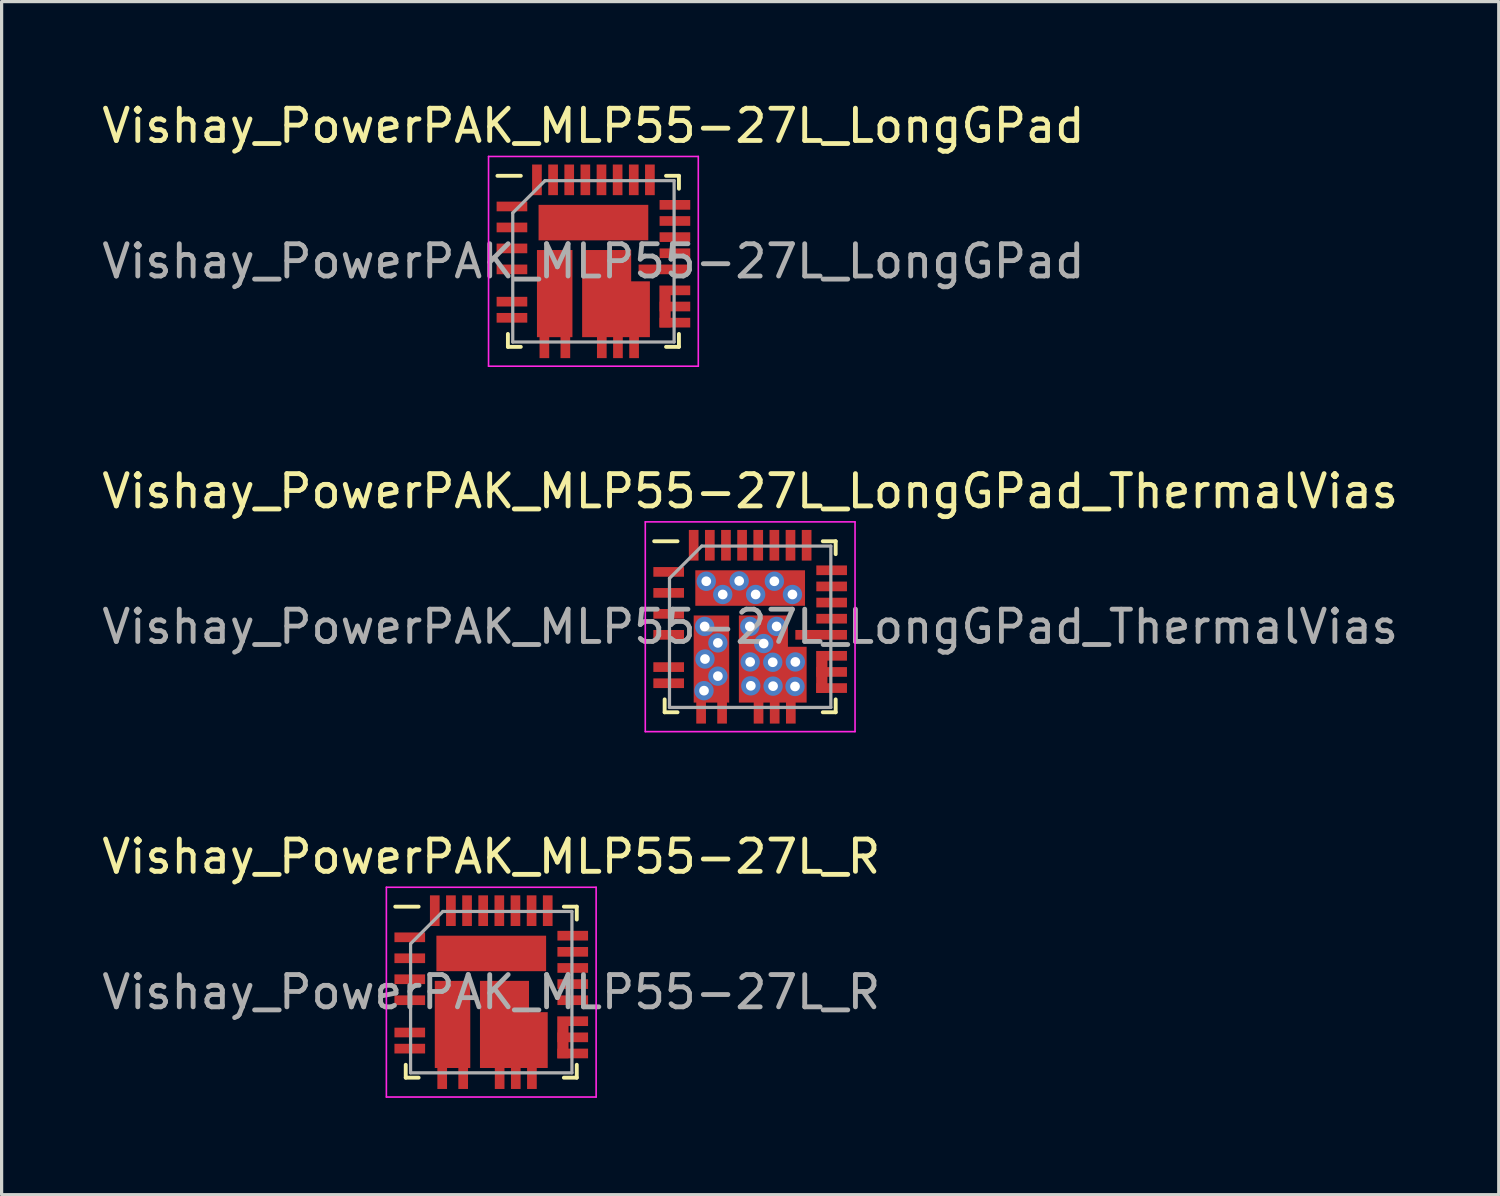
<source format=kicad_pcb>
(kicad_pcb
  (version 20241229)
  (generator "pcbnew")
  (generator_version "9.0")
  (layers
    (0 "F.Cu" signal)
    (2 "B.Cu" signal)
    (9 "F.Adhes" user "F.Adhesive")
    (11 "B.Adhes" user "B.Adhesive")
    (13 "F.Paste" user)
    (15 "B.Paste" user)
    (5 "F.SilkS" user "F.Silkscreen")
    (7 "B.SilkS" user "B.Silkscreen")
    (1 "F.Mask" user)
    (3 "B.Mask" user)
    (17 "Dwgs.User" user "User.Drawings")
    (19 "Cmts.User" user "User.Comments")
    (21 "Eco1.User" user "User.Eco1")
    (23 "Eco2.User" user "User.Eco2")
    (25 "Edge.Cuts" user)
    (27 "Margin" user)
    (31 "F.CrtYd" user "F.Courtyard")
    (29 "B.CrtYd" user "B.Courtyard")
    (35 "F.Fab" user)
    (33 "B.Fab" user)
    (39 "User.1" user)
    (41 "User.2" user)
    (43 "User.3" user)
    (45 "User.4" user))
  (footprint "Vishay_PowerPAK_MLP55-27L_LongGPad"
    (layer "F.Cu")
    (at 15.339 5.048)
    (property "Reference" "Vishay_PowerPAK_MLP55-27L_LongGPad" (at 0 -4.2 0) (layer "F.SilkS") (effects (font (size 1 1) (thickness 0.15))))
    (attr smd)
    (fp_line (start -2.65 2.65) (end -2.65 2.25) (stroke (width 0.12) (type solid)) (layer "F.SilkS"))
    (fp_line (start -2.25 -2.65) (end -2.975 -2.65) (stroke (width 0.12) (type solid)) (layer "F.SilkS"))
    (fp_line (start -2.25 2.65) (end -2.65 2.65) (stroke (width 0.12) (type solid)) (layer "F.SilkS"))
    (fp_line (start 2.25 -2.65) (end 2.65 -2.65) (stroke (width 0.12) (type solid)) (layer "F.SilkS"))
    (fp_line (start 2.25 2.65) (end 2.65 2.65) (stroke (width 0.12) (type solid)) (layer "F.SilkS"))
    (fp_line (start 2.65 -2.65) (end 2.65 -2.25) (stroke (width 0.12) (type solid)) (layer "F.SilkS"))
    (fp_line (start 2.65 2.65) (end 2.65 2.25) (stroke (width 0.12) (type solid)) (layer "F.SilkS"))
    (fp_line (start -3.25 -3.25) (end 3.25 -3.25) (stroke (width 0.05) (type solid)) (layer "F.CrtYd"))
    (fp_line (start -3.25 3.25) (end -3.25 -3.25) (stroke (width 0.05) (type solid)) (layer "F.CrtYd"))
    (fp_line (start 3.25 -3.25) (end 3.25 3.25) (stroke (width 0.05) (type solid)) (layer "F.CrtYd"))
    (fp_line (start 3.25 3.25) (end -3.25 3.25) (stroke (width 0.05) (type solid)) (layer "F.CrtYd"))
    (fp_line (start -2.5 -1.5) (end -2.5 2.5) (stroke (width 0.1) (type solid)) (layer "F.Fab"))
    (fp_line (start -2.5 2.5) (end 2.5 2.5) (stroke (width 0.1) (type solid)) (layer "F.Fab"))
    (fp_line (start -1.5 -2.5) (end -2.5 -1.5) (stroke (width 0.1) (type solid)) (layer "F.Fab"))
    (fp_line (start 2.5 -2.5) (end -1.5 -2.5) (stroke (width 0.1) (type solid)) (layer "F.Fab"))
    (fp_line (start 2.5 2.5) (end 2.5 -2.5) (stroke (width 0.1) (type solid)) (layer "F.Fab"))
    (fp_text user "${REFERENCE}" (at 0 0 0) (layer "F.Fab") (effects (font (size 1 1) (thickness 0.15))))
    (pad "1" smd rect (at -2.525 -1.7 90) (size 0.3 0.95) (layers "F.Cu" "F.Mask" "F.Paste"))
    (pad "2" smd rect (at -2.525 -1.05 90) (size 0.3 0.95) (layers "F.Cu" "F.Mask" "F.Paste"))
    (pad "3" smd rect (at -2.525 -0.4 90) (size 0.3 0.95) (layers "F.Cu" "F.Mask" "F.Paste"))
    (pad "4" smd rect (at -2.525 0.25 90) (size 0.3 0.95) (layers "F.Cu" "F.Mask" "F.Paste"))
    (pad "5" smd rect (at -2.525 1.25 90) (size 0.3 0.95) (layers "F.Cu" "F.Mask" "F.Paste"))
    (pad "6" smd rect (at -2.525 1.75 90) (size 0.3 0.95) (layers "F.Cu" "F.Mask" "F.Paste"))
    (pad "7" smd rect (at -1.52 2.525) (size 0.3 0.95) (layers "F.Cu" "F.Mask" "F.Paste"))
    (pad "8" smd rect (at -0.87 2.525) (size 0.3 0.95) (layers "F.Cu" "F.Mask" "F.Paste"))
    (pad "9" smd rect (at 0.26 2.525) (size 0.3 0.95) (layers "F.Cu" "F.Mask" "F.Paste"))
    (pad "10" smd rect (at 0.76 2.525) (size 0.3 0.95) (layers "F.Cu" "F.Mask" "F.Paste"))
    (pad "11" smd rect (at 1.26 2.525) (size 0.3 0.95) (layers "F.Cu" "F.Mask" "F.Paste"))
    (pad "12" smd rect (at 2.525 1.9 90) (size 0.3 0.95) (layers "F.Cu" "F.Mask" "F.Paste"))
    (pad "13" smd rect (at 2.525 1.4 90) (size 0.3 0.95) (layers "F.Cu" "F.Mask" "F.Paste"))
    (pad "14" smd custom (at 2.525 0.9 90) (size 0.3 0.95) (layers "F.Cu" "F.Mask" "F.Paste") (options (anchor rect)) (primitives (gr_poly (pts (xy 0.15 -0.48) (xy 0.15 -0.13) (xy -1.15 -0.13) (xy -1.15 -0.48)) (width 0) (fill yes))))
    (pad "15" smd rect (at 2.2 0.25 90) (size 0.3 1.6) (layers "F.Cu" "F.Mask" "F.Paste"))
    (pad "16" smd rect (at 2.525 -0.25 90) (size 0.3 0.95) (layers "F.Cu" "F.Mask" "F.Paste"))
    (pad "17" smd rect (at 2.525 -0.75 90) (size 0.3 0.95) (layers "F.Cu" "F.Mask" "F.Paste"))
    (pad "18" smd rect (at 2.525 -1.25 90) (size 0.3 0.95) (layers "F.Cu" "F.Mask" "F.Paste"))
    (pad "19" smd rect (at 2.525 -1.75 90) (size 0.3 0.95) (layers "F.Cu" "F.Mask" "F.Paste"))
    (pad "20" smd rect (at 1.75 -2.525) (size 0.3 0.95) (layers "F.Cu" "F.Mask" "F.Paste"))
    (pad "21" smd rect (at 1.25 -2.525) (size 0.3 0.95) (layers "F.Cu" "F.Mask" "F.Paste"))
    (pad "22" smd rect (at 0.75 -2.525) (size 0.3 0.95) (layers "F.Cu" "F.Mask" "F.Paste"))
    (pad "23" smd rect (at 0.25 -2.525) (size 0.3 0.95) (layers "F.Cu" "F.Mask" "F.Paste"))
    (pad "24" smd rect (at -0.25 -2.525) (size 0.3 0.95) (layers "F.Cu" "F.Mask" "F.Paste"))
    (pad "25" smd rect (at -0.75 -2.525) (size 0.3 0.95) (layers "F.Cu" "F.Mask" "F.Paste"))
    (pad "26" smd rect (at -1.25 -2.525) (size 0.3 0.95) (layers "F.Cu" "F.Mask" "F.Paste"))
    (pad "27" smd rect (at -1.75 -2.525) (size 0.3 0.95) (layers "F.Cu" "F.Mask" "F.Paste"))
    (pad "28" smd rect (at 0 -1.2 180) (size 3.4 1.1) (layers "F.Cu" "F.Mask" "F.Paste"))
    (pad "29" smd rect (at -1.2 1 180) (size 1.1 2.7) (layers "F.Cu" "F.Mask" "F.Paste"))
    (pad "30" smd custom (at -0.05 -0.05) (size 0.6 0.6) (layers "F.Cu" "F.Mask" "F.Paste") (options (anchor rect)) (primitives (gr_poly (pts (xy -0.3 -0.3) (xy 1.22 -0.3) (xy 1.22 0.67) (xy 1.8 0.67) (xy 1.8 2.4) (xy -0.3 2.4)) (width 0) (fill yes)))))
  (footprint "Vishay_PowerPAK_MLP55-27L_LongGPad_ThermalVias"
    (layer "F.Cu")
    (at 20.196 16.372)
    (property "Reference" "Vishay_PowerPAK_MLP55-27L_LongGPad_ThermalVias" (at 0 -4.2 0) (layer "F.SilkS") (effects (font (size 1 1) (thickness 0.15))))
    (attr smd)
    (fp_line (start -2.65 2.65) (end -2.65 2.25) (stroke (width 0.12) (type solid)) (layer "F.SilkS"))
    (fp_line (start -2.25 -2.65) (end -2.975 -2.65) (stroke (width 0.12) (type solid)) (layer "F.SilkS"))
    (fp_line (start -2.25 2.65) (end -2.65 2.65) (stroke (width 0.12) (type solid)) (layer "F.SilkS"))
    (fp_line (start 2.25 -2.65) (end 2.65 -2.65) (stroke (width 0.12) (type solid)) (layer "F.SilkS"))
    (fp_line (start 2.25 2.65) (end 2.65 2.65) (stroke (width 0.12) (type solid)) (layer "F.SilkS"))
    (fp_line (start 2.65 -2.65) (end 2.65 -2.25) (stroke (width 0.12) (type solid)) (layer "F.SilkS"))
    (fp_line (start 2.65 2.65) (end 2.65 2.25) (stroke (width 0.12) (type solid)) (layer "F.SilkS"))
    (fp_line (start -3.25 -3.25) (end 3.25 -3.25) (stroke (width 0.05) (type solid)) (layer "F.CrtYd"))
    (fp_line (start -3.25 3.25) (end -3.25 -3.25) (stroke (width 0.05) (type solid)) (layer "F.CrtYd"))
    (fp_line (start 3.25 -3.25) (end 3.25 3.25) (stroke (width 0.05) (type solid)) (layer "F.CrtYd"))
    (fp_line (start 3.25 3.25) (end -3.25 3.25) (stroke (width 0.05) (type solid)) (layer "F.CrtYd"))
    (fp_line (start -2.5 -1.5) (end -2.5 2.5) (stroke (width 0.1) (type solid)) (layer "F.Fab"))
    (fp_line (start -2.5 2.5) (end 2.5 2.5) (stroke (width 0.1) (type solid)) (layer "F.Fab"))
    (fp_line (start -1.5 -2.5) (end -2.5 -1.5) (stroke (width 0.1) (type solid)) (layer "F.Fab"))
    (fp_line (start 2.5 -2.5) (end -1.5 -2.5) (stroke (width 0.1) (type solid)) (layer "F.Fab"))
    (fp_line (start 2.5 2.5) (end 2.5 -2.5) (stroke (width 0.1) (type solid)) (layer "F.Fab"))
    (fp_text user "${REFERENCE}" (at 0 0 0) (layer "F.Fab") (effects (font (size 1 1) (thickness 0.15))))
    (pad "1" smd rect (at -2.525 -1.7 90) (size 0.3 0.95) (layers "F.Cu" "F.Mask" "F.Paste"))
    (pad "2" smd rect (at -2.525 -1.05 90) (size 0.3 0.95) (layers "F.Cu" "F.Mask" "F.Paste"))
    (pad "3" smd rect (at -2.525 -0.4 90) (size 0.3 0.95) (layers "F.Cu" "F.Mask" "F.Paste"))
    (pad "4" smd rect (at -2.525 0.25 90) (size 0.3 0.95) (layers "F.Cu" "F.Mask" "F.Paste"))
    (pad "5" smd rect (at -2.525 1.25 90) (size 0.3 0.95) (layers "F.Cu" "F.Mask" "F.Paste"))
    (pad "6" smd rect (at -2.525 1.75 90) (size 0.3 0.95) (layers "F.Cu" "F.Mask" "F.Paste"))
    (pad "7" smd rect (at -1.52 2.525) (size 0.3 0.95) (layers "F.Cu" "F.Mask" "F.Paste"))
    (pad "8" smd rect (at -0.87 2.525) (size 0.3 0.95) (layers "F.Cu" "F.Mask" "F.Paste"))
    (pad "9" smd rect (at 0.26 2.525) (size 0.3 0.95) (layers "F.Cu" "F.Mask" "F.Paste"))
    (pad "10" smd rect (at 0.76 2.525) (size 0.3 0.95) (layers "F.Cu" "F.Mask" "F.Paste"))
    (pad "11" smd rect (at 1.26 2.525) (size 0.3 0.95) (layers "F.Cu" "F.Mask" "F.Paste"))
    (pad "12" smd rect (at 2.525 1.9 90) (size 0.3 0.95) (layers "F.Cu" "F.Mask" "F.Paste"))
    (pad "13" smd rect (at 2.525 1.4 90) (size 0.3 0.95) (layers "F.Cu" "F.Mask" "F.Paste"))
    (pad "14" smd custom (at 2.525 0.9 90) (size 0.3 0.95) (layers "F.Cu" "F.Mask" "F.Paste") (options (anchor rect)) (primitives (gr_poly (pts (xy 0.15 -0.48) (xy 0.15 -0.13) (xy -1.15 -0.13) (xy -1.15 -0.48)) (width 0) (fill yes))))
    (pad "15" smd rect (at 2.2 0.25 90) (size 0.3 1.6) (layers "F.Cu" "F.Mask" "F.Paste"))
    (pad "16" smd rect (at 2.525 -0.25 90) (size 0.3 0.95) (layers "F.Cu" "F.Mask" "F.Paste"))
    (pad "17" smd rect (at 2.525 -0.75 90) (size 0.3 0.95) (layers "F.Cu" "F.Mask" "F.Paste"))
    (pad "18" smd rect (at 2.525 -1.25 90) (size 0.3 0.95) (layers "F.Cu" "F.Mask" "F.Paste"))
    (pad "19" smd rect (at 2.525 -1.75 90) (size 0.3 0.95) (layers "F.Cu" "F.Mask" "F.Paste"))
    (pad "20" smd rect (at 1.75 -2.525) (size 0.3 0.95) (layers "F.Cu" "F.Mask" "F.Paste"))
    (pad "21" smd rect (at 1.25 -2.525) (size 0.3 0.95) (layers "F.Cu" "F.Mask" "F.Paste"))
    (pad "22" smd rect (at 0.75 -2.525) (size 0.3 0.95) (layers "F.Cu" "F.Mask" "F.Paste"))
    (pad "23" smd rect (at 0.25 -2.525) (size 0.3 0.95) (layers "F.Cu" "F.Mask" "F.Paste"))
    (pad "24" smd rect (at -0.25 -2.525) (size 0.3 0.95) (layers "F.Cu" "F.Mask" "F.Paste"))
    (pad "25" smd rect (at -0.75 -2.525) (size 0.3 0.95) (layers "F.Cu" "F.Mask" "F.Paste"))
    (pad "26" smd rect (at -1.25 -2.525) (size 0.3 0.95) (layers "F.Cu" "F.Mask" "F.Paste"))
    (pad "27" smd rect (at -1.75 -2.525) (size 0.3 0.95) (layers "F.Cu" "F.Mask" "F.Paste"))
    (pad "28" thru_hole circle (at -1.36 -1.41) (size 0.6 0.6) (drill 0.3) (layers "*.Cu" "*.Mask"))
    (pad "28" thru_hole circle (at -0.85 -1) (size 0.6 0.6) (drill 0.3) (layers "*.Cu" "*.Mask"))
    (pad "28" thru_hole circle (at -0.34 -1.42) (size 0.6 0.6) (drill 0.3) (layers "*.Cu" "*.Mask"))
    (pad "28" smd rect (at 0 -1.2 180) (size 3.4 1.1) (layers "F.Cu" "F.Mask" "F.Paste"))
    (pad "28" thru_hole circle (at 0.17 -1) (size 0.6 0.6) (drill 0.3) (layers "*.Cu" "*.Mask"))
    (pad "28" thru_hole circle (at 0.75 -1.41) (size 0.6 0.6) (drill 0.3) (layers "*.Cu" "*.Mask"))
    (pad "28" thru_hole circle (at 1.31 -1) (size 0.6 0.6) (drill 0.3) (layers "*.Cu" "*.Mask"))
    (pad "29" thru_hole circle (at -1.43 1.98) (size 0.6 0.6) (drill 0.3) (layers "*.Cu" "*.Mask"))
    (pad "29" thru_hole circle (at -1.41 -0.01) (size 0.6 0.6) (drill 0.3) (layers "*.Cu" "*.Mask"))
    (pad "29" thru_hole circle (at -1.4 1) (size 0.6 0.6) (drill 0.3) (layers "*.Cu" "*.Mask"))
    (pad "29" smd rect (at -1.2 1 180) (size 1.1 2.7) (layers "F.Cu" "F.Mask" "F.Paste"))
    (pad "29" thru_hole circle (at -1 0.5) (size 0.6 0.6) (drill 0.3) (layers "*.Cu" "*.Mask"))
    (pad "29" thru_hole circle (at -1 1.53) (size 0.6 0.6) (drill 0.3) (layers "*.Cu" "*.Mask"))
    (pad "30" smd custom (at -0.05 -0.05) (size 0.6 0.6) (layers "F.Cu" "F.Mask" "F.Paste") (options (anchor rect)) (primitives (gr_poly (pts (xy -0.3 -0.3) (xy 1.22 -0.3) (xy 1.22 0.67) (xy 1.8 0.67) (xy 1.8 2.4) (xy -0.3 2.4)) (width 0) (fill yes))))
    (pad "30" thru_hole circle (at -0.01 -0.01) (size 0.6 0.6) (drill 0.3) (layers "*.Cu" "*.Mask"))
    (pad "30" thru_hole circle (at 0 1.09) (size 0.6 0.6) (drill 0.3) (layers "*.Cu" "*.Mask"))
    (pad "30" thru_hole circle (at 0.02 1.83) (size 0.6 0.6) (drill 0.3) (layers "*.Cu" "*.Mask"))
    (pad "30" thru_hole circle (at 0.42 0.52) (size 0.6 0.6) (drill 0.3) (layers "*.Cu" "*.Mask"))
    (pad "30" thru_hole circle (at 0.7 1.1) (size 0.6 0.6) (drill 0.3) (layers "*.Cu" "*.Mask"))
    (pad "30" thru_hole circle (at 0.71 1.84) (size 0.6 0.6) (drill 0.3) (layers "*.Cu" "*.Mask"))
    (pad "30" thru_hole circle (at 0.82 -0.01) (size 0.6 0.6) (drill 0.3) (layers "*.Cu" "*.Mask"))
    (pad "30" thru_hole circle (at 1.39 1.85) (size 0.6 0.6) (drill 0.3) (layers "*.Cu" "*.Mask"))
    (pad "30" thru_hole circle (at 1.4 1.09) (size 0.6 0.6) (drill 0.3) (layers "*.Cu" "*.Mask")))
  (footprint "Vishay_PowerPAK_MLP55-27L_R"
    (layer "F.Cu")
    (at 12.173 27.695)
    (property "Reference" "Vishay_PowerPAK_MLP55-27L_R" (at 0 -4.2 0) (layer "F.SilkS") (effects (font (size 1 1) (thickness 0.15))))
    (attr smd)
    (fp_line (start -2.65 2.65) (end -2.65 2.25) (stroke (width 0.12) (type solid)) (layer "F.SilkS"))
    (fp_line (start -2.25 -2.65) (end -2.975 -2.65) (stroke (width 0.12) (type solid)) (layer "F.SilkS"))
    (fp_line (start -2.25 2.65) (end -2.65 2.65) (stroke (width 0.12) (type solid)) (layer "F.SilkS"))
    (fp_line (start 2.25 -2.65) (end 2.65 -2.65) (stroke (width 0.12) (type solid)) (layer "F.SilkS"))
    (fp_line (start 2.25 2.65) (end 2.65 2.65) (stroke (width 0.12) (type solid)) (layer "F.SilkS"))
    (fp_line (start 2.65 -2.65) (end 2.65 -2.25) (stroke (width 0.12) (type solid)) (layer "F.SilkS"))
    (fp_line (start 2.65 2.65) (end 2.65 2.25) (stroke (width 0.12) (type solid)) (layer "F.SilkS"))
    (fp_line (start -3.25 -3.25) (end 3.25 -3.25) (stroke (width 0.05) (type solid)) (layer "F.CrtYd"))
    (fp_line (start -3.25 3.25) (end -3.25 -3.25) (stroke (width 0.05) (type solid)) (layer "F.CrtYd"))
    (fp_line (start 3.25 -3.25) (end 3.25 3.25) (stroke (width 0.05) (type solid)) (layer "F.CrtYd"))
    (fp_line (start 3.25 3.25) (end -3.25 3.25) (stroke (width 0.05) (type solid)) (layer "F.CrtYd"))
    (fp_line (start -2.5 -1.5) (end -2.5 2.5) (stroke (width 0.1) (type solid)) (layer "F.Fab"))
    (fp_line (start -2.5 2.5) (end 2.5 2.5) (stroke (width 0.1) (type solid)) (layer "F.Fab"))
    (fp_line (start -1.5 -2.5) (end -2.5 -1.5) (stroke (width 0.1) (type solid)) (layer "F.Fab"))
    (fp_line (start 2.5 -2.5) (end -1.5 -2.5) (stroke (width 0.1) (type solid)) (layer "F.Fab"))
    (fp_line (start 2.5 2.5) (end 2.5 -2.5) (stroke (width 0.1) (type solid)) (layer "F.Fab"))
    (fp_text user "${REFERENCE}" (at 0 0 0) (layer "F.Fab") (effects (font (size 1 1) (thickness 0.15))))
    (pad "1" smd rect (at -2.525 -1.7 90) (size 0.3 0.95) (layers "F.Cu" "F.Mask" "F.Paste"))
    (pad "2" smd rect (at -2.525 -1.05 90) (size 0.3 0.95) (layers "F.Cu" "F.Mask" "F.Paste"))
    (pad "3" smd rect (at -2.525 -0.4 90) (size 0.3 0.95) (layers "F.Cu" "F.Mask" "F.Paste"))
    (pad "4" smd rect (at -2.525 0.25 90) (size 0.3 0.95) (layers "F.Cu" "F.Mask" "F.Paste"))
    (pad "5" smd rect (at -2.525 1.25 90) (size 0.3 0.95) (layers "F.Cu" "F.Mask" "F.Paste"))
    (pad "6" smd rect (at -2.525 1.75 90) (size 0.3 0.95) (layers "F.Cu" "F.Mask" "F.Paste"))
    (pad "7" smd rect (at -1.52 2.525) (size 0.3 0.95) (layers "F.Cu" "F.Mask" "F.Paste"))
    (pad "8" smd rect (at -0.87 2.525) (size 0.3 0.95) (layers "F.Cu" "F.Mask" "F.Paste"))
    (pad "9" smd rect (at 0.26 2.525) (size 0.3 0.95) (layers "F.Cu" "F.Mask" "F.Paste"))
    (pad "10" smd rect (at 0.76 2.525) (size 0.3 0.95) (layers "F.Cu" "F.Mask" "F.Paste"))
    (pad "11" smd rect (at 1.26 2.525) (size 0.3 0.95) (layers "F.Cu" "F.Mask" "F.Paste"))
    (pad "12" smd rect (at 2.525 1.9 90) (size 0.3 0.95) (layers "F.Cu" "F.Mask" "F.Paste"))
    (pad "13" smd rect (at 2.525 1.4 90) (size 0.3 0.95) (layers "F.Cu" "F.Mask" "F.Paste"))
    (pad "14" smd custom (at 2.525 0.9 90) (size 0.3 0.95) (layers "F.Cu" "F.Mask" "F.Paste") (options (anchor rect)) (primitives (gr_poly (pts (xy 0.15 -0.48) (xy 0.15 -0.13) (xy -1.15 -0.13) (xy -1.15 -0.48)) (width 0) (fill yes))))
    (pad "15" smd rect (at 2.525 0.25 90) (size 0.3 0.95) (layers "F.Cu" "F.Mask" "F.Paste"))
    (pad "16" smd rect (at 2.525 -0.25 90) (size 0.3 0.95) (layers "F.Cu" "F.Mask" "F.Paste"))
    (pad "17" smd rect (at 2.525 -0.75 90) (size 0.3 0.95) (layers "F.Cu" "F.Mask" "F.Paste"))
    (pad "18" smd rect (at 2.525 -1.25 90) (size 0.3 0.95) (layers "F.Cu" "F.Mask" "F.Paste"))
    (pad "19" smd rect (at 2.525 -1.75 90) (size 0.3 0.95) (layers "F.Cu" "F.Mask" "F.Paste"))
    (pad "20" smd rect (at 1.75 -2.525) (size 0.3 0.95) (layers "F.Cu" "F.Mask" "F.Paste"))
    (pad "21" smd rect (at 1.25 -2.525) (size 0.3 0.95) (layers "F.Cu" "F.Mask" "F.Paste"))
    (pad "22" smd rect (at 0.75 -2.525) (size 0.3 0.95) (layers "F.Cu" "F.Mask" "F.Paste"))
    (pad "23" smd rect (at 0.25 -2.525) (size 0.3 0.95) (layers "F.Cu" "F.Mask" "F.Paste"))
    (pad "24" smd rect (at -0.25 -2.525) (size 0.3 0.95) (layers "F.Cu" "F.Mask" "F.Paste"))
    (pad "25" smd rect (at -0.75 -2.525) (size 0.3 0.95) (layers "F.Cu" "F.Mask" "F.Paste"))
    (pad "26" smd rect (at -1.25 -2.525) (size 0.3 0.95) (layers "F.Cu" "F.Mask" "F.Paste"))
    (pad "27" smd rect (at -1.75 -2.525) (size 0.3 0.95) (layers "F.Cu" "F.Mask" "F.Paste"))
    (pad "28" smd rect (at 0 -1.2 180) (size 3.4 1.1) (layers "F.Cu" "F.Mask" "F.Paste"))
    (pad "29" smd rect (at -1.2 1 180) (size 1.1 2.7) (layers "F.Cu" "F.Mask" "F.Paste"))
    (pad "30" smd custom (at -0.05 -0.05) (size 0.6 0.6) (layers "F.Cu" "F.Mask" "F.Paste") (options (anchor rect)) (primitives (gr_poly (pts (xy -0.3 -0.3) (xy 1.22 -0.3) (xy 1.22 0.67) (xy 1.8 0.67) (xy 1.8 2.4) (xy -0.3 2.4)) (width 0) (fill yes)))))
  (gr_rect
    (start -3 -3)
    (end 43.393 33.97)
    (stroke (width 0.1) (type default))
    (fill no)
    (layer "Edge.Cuts")))
</source>
